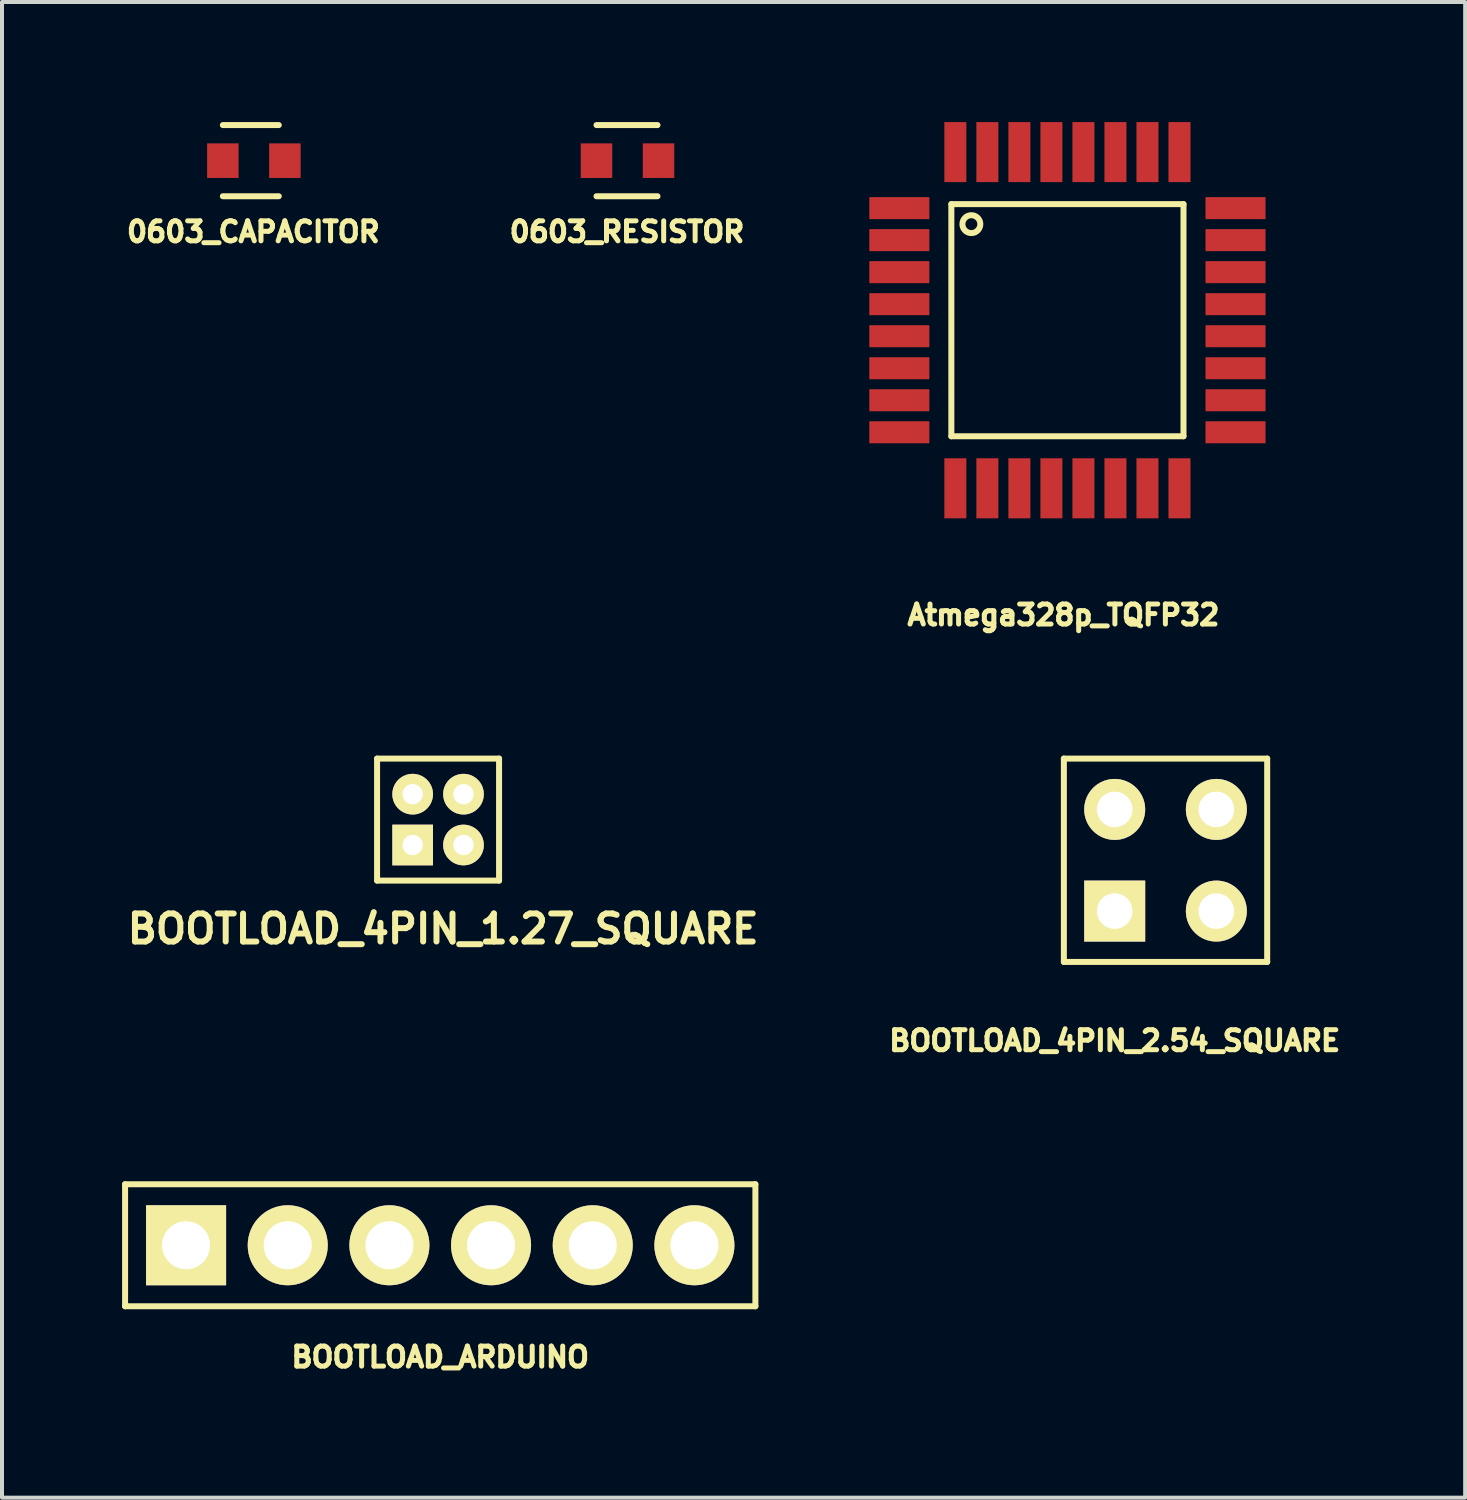
<source format=kicad_pcb>
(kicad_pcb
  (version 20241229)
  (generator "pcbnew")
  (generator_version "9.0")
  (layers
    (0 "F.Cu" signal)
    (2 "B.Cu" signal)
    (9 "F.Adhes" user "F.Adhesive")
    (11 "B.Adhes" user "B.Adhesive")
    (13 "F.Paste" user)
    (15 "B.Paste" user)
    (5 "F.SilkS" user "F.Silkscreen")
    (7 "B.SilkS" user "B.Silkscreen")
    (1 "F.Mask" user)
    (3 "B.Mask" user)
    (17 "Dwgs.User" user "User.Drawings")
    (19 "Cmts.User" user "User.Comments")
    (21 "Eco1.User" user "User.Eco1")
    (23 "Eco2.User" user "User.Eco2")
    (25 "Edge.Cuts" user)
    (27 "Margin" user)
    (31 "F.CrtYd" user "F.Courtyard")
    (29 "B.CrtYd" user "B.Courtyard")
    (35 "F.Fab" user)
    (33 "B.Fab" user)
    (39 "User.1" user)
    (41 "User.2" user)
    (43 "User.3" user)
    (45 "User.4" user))
  (footprint "0603_RESISTOR"
    (layer "F.Cu")
    (at 12.615 0.964)
    (property "Reference" "0603_RESISTOR" (at 0 1.778 0) (layer "F.SilkS") (effects (font (size 0.5 0.5) (thickness 0.125))))
    (attr through_hole)
    (fp_line (start -0.762 -0.889) (end 0.762 -0.889) (stroke (width 0.15) (type solid)) (layer "F.SilkS"))
    (fp_line (start -0.762 0.889) (end 0.762 0.889) (stroke (width 0.15) (type solid)) (layer "F.SilkS"))
    (pad "1" smd rect (at -0.762 0) (size 0.787 0.864) (layers "F.Cu" "F.Mask" "F.Paste"))
    (pad "2" smd rect (at 0.788 0) (size 0.787 0.864) (layers "F.Cu" "F.Mask" "F.Paste")))
  (footprint "BOOTLOAD_4PIN_1.27_SQUARE"
    (layer "F.Cu")
    (at 8.022 17.3)
    (property "Reference" "BOOTLOAD_4PIN_1.27_SQUARE" (at 0 2.857 0) (layer "F.SilkS") (effects (font (size 0.7 0.7) (thickness 0.15))))
    (attr through_hole)
    (fp_line (start -1.651 -1.397) (end 1.397 -1.397) (stroke (width 0.15) (type solid)) (layer "F.SilkS"))
    (fp_line (start -1.651 1.651) (end -1.651 -1.397) (stroke (width 0.15) (type solid)) (layer "F.SilkS"))
    (fp_line (start 1.397 -1.397) (end 1.397 1.651) (stroke (width 0.15) (type solid)) (layer "F.SilkS"))
    (fp_line (start 1.397 1.651) (end -1.651 1.651) (stroke (width 0.15) (type solid)) (layer "F.SilkS"))
    (pad "1" thru_hole rect (at -0.762 0.762) (size 1.016 1.016) (drill 0.508) (layers "*.Cu" "*.Mask" "F.SilkS"))
    (pad "2" thru_hole circle (at 0.508 0.762) (size 1.016 1.016) (drill 0.508) (layers "*.Cu" "*.Mask" "F.SilkS"))
    (pad "3" thru_hole circle (at 0.508 -0.508) (size 1.016 1.016) (drill 0.508) (layers "*.Cu" "*.Mask" "F.SilkS"))
    (pad "4" thru_hole circle (at -0.762 -0.508) (size 1.016 1.016) (drill 0.508) (layers "*.Cu" "*.Mask" "F.SilkS")))
  (footprint "BOOTLOAD_ARDUINO"
    (layer "F.Cu")
    (at 7.949 28.062)
    (property "Reference" "BOOTLOAD_ARDUINO" (at 0 2.794 0) (layer "F.SilkS") (effects (font (size 0.5 0.5) (thickness 0.125))))
    (attr through_hole)
    (fp_line (start -7.874 -1.524) (end -7.874 1.524) (stroke (width 0.15) (type solid)) (layer "F.SilkS"))
    (fp_line (start -7.874 1.524) (end 7.874 1.524) (stroke (width 0.15) (type solid)) (layer "F.SilkS"))
    (fp_line (start 7.874 -1.524) (end -7.874 -1.524) (stroke (width 0.15) (type solid)) (layer "F.SilkS"))
    (fp_line (start 7.874 1.524) (end 7.874 -1.524) (stroke (width 0.15) (type solid)) (layer "F.SilkS"))
    (pad "1" thru_hole rect (at -6.35 0) (size 2 2) (drill 1.2) (layers "*.Cu" "*.Mask" "F.SilkS"))
    (pad "2" thru_hole circle (at -3.81 0) (size 2 2) (drill 1.2) (layers "*.Cu" "*.Mask" "F.SilkS"))
    (pad "3" thru_hole circle (at -1.27 0) (size 2 2) (drill 1.2) (layers "*.Cu" "*.Mask" "F.SilkS"))
    (pad "4" thru_hole circle (at 1.27 0) (size 2 2) (drill 1.2) (layers "*.Cu" "*.Mask" "F.SilkS"))
    (pad "5" thru_hole circle (at 3.81 0) (size 2 2) (drill 1.2) (layers "*.Cu" "*.Mask" "F.SilkS"))
    (pad "6" thru_hole circle (at 6.35 0) (size 2 2) (drill 1.2) (layers "*.Cu" "*.Mask" "F.SilkS")))
  (footprint "BOOTLOAD_4PIN_2.54_SQUARE"
    (layer "F.Cu")
    (at 24.8 19.713)
    (property "Reference" "BOOTLOAD_4PIN_2.54_SQUARE" (at 0 3.239 0) (layer "F.SilkS") (effects (font (size 0.5 0.5) (thickness 0.125))))
    (attr through_hole)
    (fp_line (start -1.27 -3.81) (end -1.27 1.27) (stroke (width 0.15) (type solid)) (layer "F.SilkS"))
    (fp_line (start -1.27 1.27) (end 3.81 1.27) (stroke (width 0.15) (type solid)) (layer "F.SilkS"))
    (fp_line (start 3.81 -3.81) (end -1.27 -3.81) (stroke (width 0.15) (type solid)) (layer "F.SilkS"))
    (fp_line (start 3.81 1.27) (end 3.81 -3.81) (stroke (width 0.15) (type solid)) (layer "F.SilkS"))
    (pad "1" thru_hole rect (at 0 0) (size 1.524 1.524) (drill 0.889) (layers "*.Cu" "*.Mask" "F.SilkS"))
    (pad "2" thru_hole circle (at 2.54 0) (size 1.524 1.524) (drill 0.889) (layers "*.Cu" "*.Mask" "F.SilkS"))
    (pad "3" thru_hole circle (at 2.54 -2.54) (size 1.524 1.524) (drill 0.889) (layers "*.Cu" "*.Mask" "F.SilkS"))
    (pad "4" thru_hole circle (at 0 -2.54) (size 1.524 1.524) (drill 0.889) (layers "*.Cu" "*.Mask" "F.SilkS")))
  (footprint "Atmega328p_TQFP32"
    (layer "F.Cu")
    (at 23.519 4.95)
    (property "Reference" "Atmega328p_TQFP32" (at 0 7.366 0) (layer "F.SilkS") (effects (font (size 0.5 0.5) (thickness 0.125))))
    (attr through_hole)
    (fp_line (start -2.8 -2.9) (end 3 -2.9) (stroke (width 0.15) (type solid)) (layer "F.SilkS"))
    (fp_line (start -2.8 2.9) (end -2.8 -2.9) (stroke (width 0.15) (type solid)) (layer "F.SilkS"))
    (fp_line (start 3 -2.9) (end 3 2.9) (stroke (width 0.15) (type solid)) (layer "F.SilkS"))
    (fp_line (start 3 2.9) (end -2.8 2.9) (stroke (width 0.15) (type solid)) (layer "F.SilkS"))
    (fp_circle (center -2.3 -2.4) (end -2.2 -2.2) (stroke (width 0.15) (type solid)) (fill no) (layer "F.SilkS"))
    (pad "1" smd rect (at -4.1 -2.8) (size 1.5 0.55) (layers "F.Cu" "F.Mask" "F.Paste"))
    (pad "2" smd rect (at -4.1 -2) (size 1.5 0.55) (layers "F.Cu" "F.Mask" "F.Paste"))
    (pad "3" smd rect (at -4.1 -1.2) (size 1.5 0.55) (layers "F.Cu" "F.Mask" "F.Paste"))
    (pad "4" smd rect (at -4.1 -0.4) (size 1.5 0.55) (layers "F.Cu" "F.Mask" "F.Paste"))
    (pad "5" smd rect (at -4.1 0.4) (size 1.5 0.55) (layers "F.Cu" "F.Mask" "F.Paste"))
    (pad "6" smd rect (at -4.1 1.2) (size 1.5 0.55) (layers "F.Cu" "F.Mask" "F.Paste"))
    (pad "7" smd rect (at -4.1 2) (size 1.5 0.55) (layers "F.Cu" "F.Mask" "F.Paste"))
    (pad "8" smd rect (at -4.1 2.8) (size 1.5 0.55) (layers "F.Cu" "F.Mask" "F.Paste"))
    (pad "9" smd rect (at -2.7 4.2) (size 0.55 1.5) (layers "F.Cu" "F.Mask" "F.Paste"))
    (pad "10" smd rect (at -1.9 4.2) (size 0.55 1.5) (layers "F.Cu" "F.Mask" "F.Paste"))
    (pad "11" smd rect (at -1.1 4.2) (size 0.55 1.5) (layers "F.Cu" "F.Mask" "F.Paste"))
    (pad "12" smd rect (at -0.3 4.2) (size 0.55 1.5) (layers "F.Cu" "F.Mask" "F.Paste"))
    (pad "13" smd rect (at 0.5 4.2) (size 0.55 1.5) (layers "F.Cu" "F.Mask" "F.Paste"))
    (pad "14" smd rect (at 1.3 4.2) (size 0.55 1.5) (layers "F.Cu" "F.Mask" "F.Paste"))
    (pad "15" smd rect (at 2.1 4.2) (size 0.55 1.5) (layers "F.Cu" "F.Mask" "F.Paste"))
    (pad "16" smd rect (at 2.9 4.2) (size 0.55 1.5) (layers "F.Cu" "F.Mask" "F.Paste"))
    (pad "17" smd rect (at 4.3 2.8) (size 1.5 0.55) (layers "F.Cu" "F.Mask" "F.Paste"))
    (pad "18" smd rect (at 4.3 2) (size 1.5 0.55) (layers "F.Cu" "F.Mask" "F.Paste"))
    (pad "19" smd rect (at 4.3 1.2) (size 1.5 0.55) (layers "F.Cu" "F.Mask" "F.Paste"))
    (pad "20" smd rect (at 4.3 0.4) (size 1.5 0.55) (layers "F.Cu" "F.Mask" "F.Paste"))
    (pad "21" smd rect (at 4.3 -0.4) (size 1.5 0.55) (layers "F.Cu" "F.Mask" "F.Paste"))
    (pad "22" smd rect (at 4.3 -1.2) (size 1.5 0.55) (layers "F.Cu" "F.Mask" "F.Paste"))
    (pad "23" smd rect (at 4.3 -2) (size 1.5 0.55) (layers "F.Cu" "F.Mask" "F.Paste"))
    (pad "24" smd rect (at 4.3 -2.8) (size 1.5 0.55) (layers "F.Cu" "F.Mask" "F.Paste"))
    (pad "25" smd rect (at 2.9 -4.2) (size 0.55 1.5) (layers "F.Cu" "F.Mask" "F.Paste"))
    (pad "26" smd rect (at 2.1 -4.2) (size 0.55 1.5) (layers "F.Cu" "F.Mask" "F.Paste"))
    (pad "27" smd rect (at 1.3 -4.2) (size 0.55 1.5) (layers "F.Cu" "F.Mask" "F.Paste"))
    (pad "28" smd rect (at 0.5 -4.2) (size 0.55 1.5) (layers "F.Cu" "F.Mask" "F.Paste"))
    (pad "29" smd rect (at -0.3 -4.2) (size 0.55 1.5) (layers "F.Cu" "F.Mask" "F.Paste"))
    (pad "30" smd rect (at -1.1 -4.2) (size 0.55 1.5) (layers "F.Cu" "F.Mask" "F.Paste"))
    (pad "31" smd rect (at -1.9 -4.2) (size 0.55 1.5) (layers "F.Cu" "F.Mask" "F.Paste"))
    (pad "32" smd rect (at -2.7 -4.2) (size 0.55 1.5) (layers "F.Cu" "F.Mask" "F.Paste")))
  (footprint "0603_CAPACITOR"
    (layer "F.Cu")
    (at 3.28 0.964)
    (property "Reference" "0603_CAPACITOR" (at 0 1.778 0) (layer "F.SilkS") (effects (font (size 0.5 0.5) (thickness 0.125))))
    (attr through_hole)
    (fp_line (start -0.762 -0.889) (end 0.635 -0.889) (stroke (width 0.15) (type solid)) (layer "F.SilkS"))
    (fp_line (start -0.762 0.889) (end 0.635 0.889) (stroke (width 0.15) (type solid)) (layer "F.SilkS"))
    (pad "1" smd rect (at -0.762 0) (size 0.787 0.864) (layers "F.Cu" "F.Mask" "F.Paste"))
    (pad "2" smd rect (at 0.788 0) (size 0.787 0.864) (layers "F.Cu" "F.Mask" "F.Paste")))
  (gr_rect
    (start -3 -3)
    (end 33.556 34.368)
    (stroke (width 0.1) (type default))
    (fill no)
    (layer "Edge.Cuts")))
</source>
